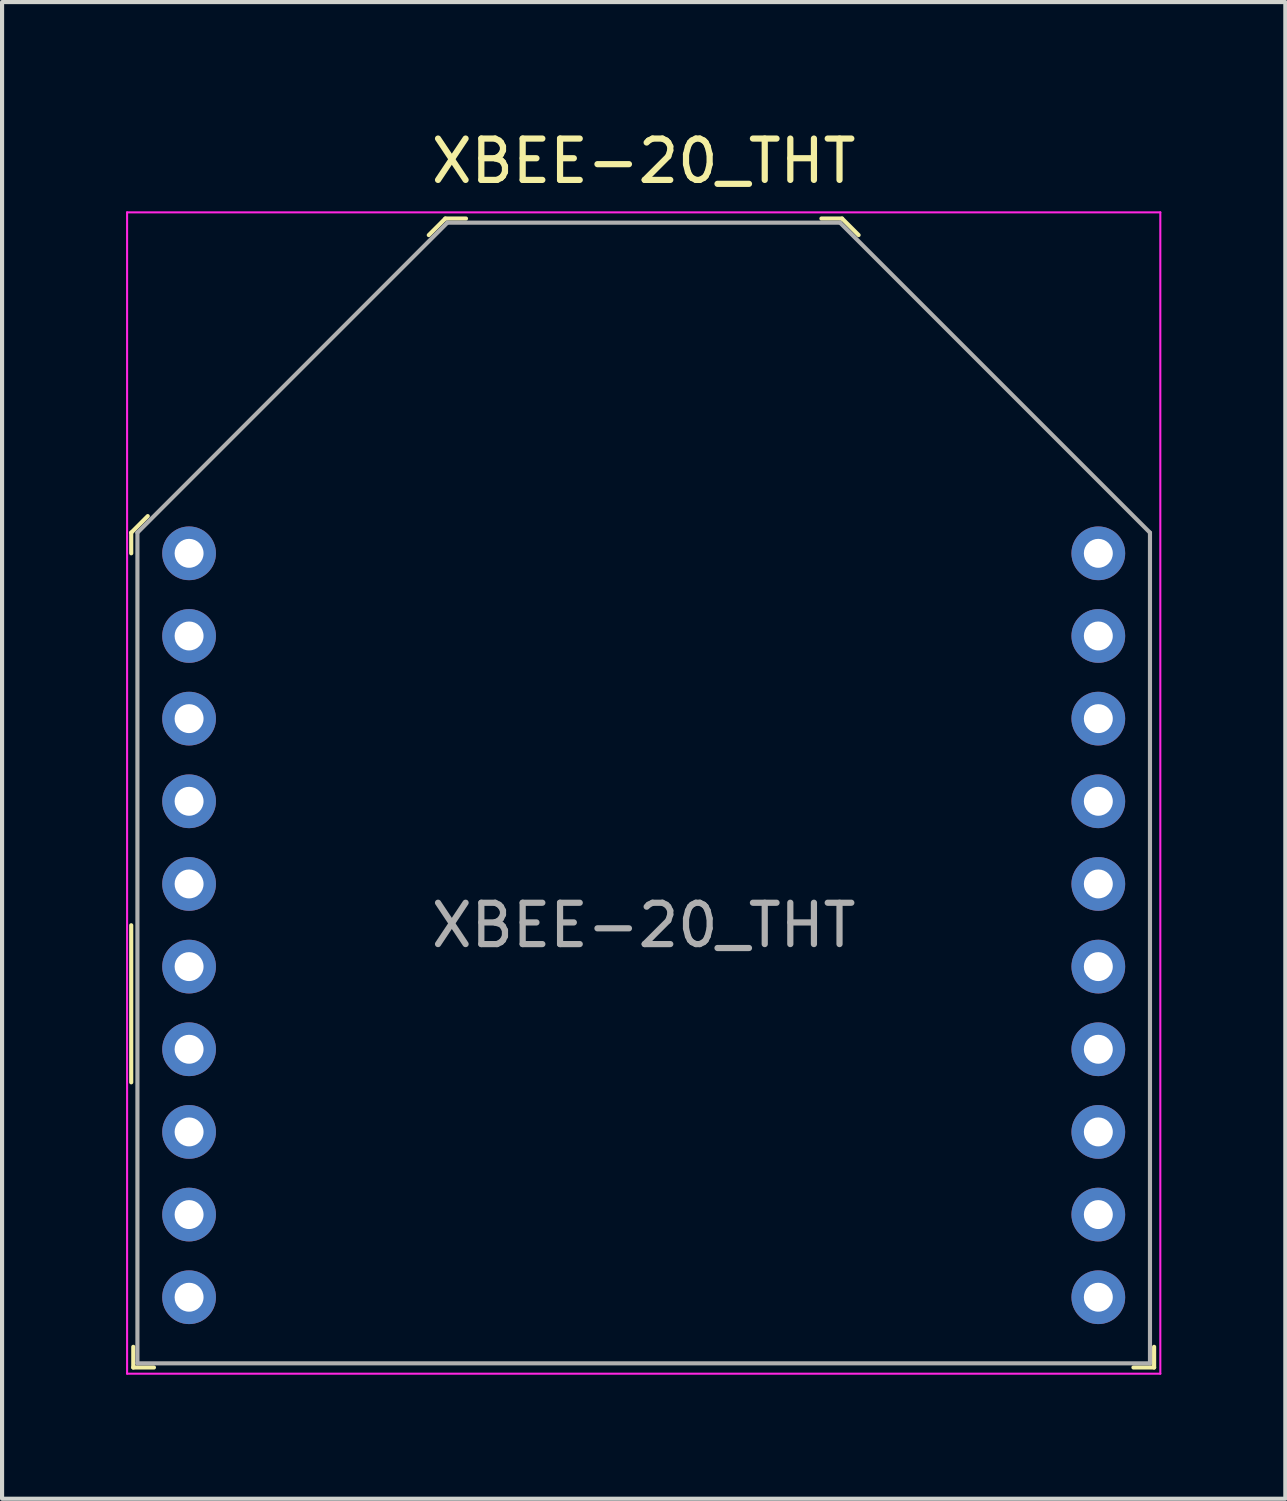
<source format=kicad_pcb>
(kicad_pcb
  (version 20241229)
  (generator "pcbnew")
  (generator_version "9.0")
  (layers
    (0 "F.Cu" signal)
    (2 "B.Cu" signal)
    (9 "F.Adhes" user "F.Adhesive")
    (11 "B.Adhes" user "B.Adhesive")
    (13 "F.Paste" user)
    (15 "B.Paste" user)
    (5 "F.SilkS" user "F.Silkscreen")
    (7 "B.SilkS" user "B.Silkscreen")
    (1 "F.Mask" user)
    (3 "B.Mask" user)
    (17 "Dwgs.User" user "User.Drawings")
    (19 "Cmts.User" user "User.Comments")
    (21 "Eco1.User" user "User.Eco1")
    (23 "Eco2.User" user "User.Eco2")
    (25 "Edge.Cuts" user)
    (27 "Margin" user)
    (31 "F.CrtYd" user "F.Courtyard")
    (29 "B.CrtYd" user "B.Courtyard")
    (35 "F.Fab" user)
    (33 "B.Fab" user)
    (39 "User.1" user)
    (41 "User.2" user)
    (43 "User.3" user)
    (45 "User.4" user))
  (footprint "XBEE-20_THT"
    (layer "F.Cu")
    (at 12.525 19.338)
    (property "Reference" "XBEE-20_THT" (at 0 -18.49 0) (layer "F.SilkS") (effects (font (size 1 1) (thickness 0.15))))
    (attr through_hole)
    (fp_line (start -12.4 -9.5) (end -12.4 -9) (stroke (width 0.1) (type solid)) (layer "F.SilkS"))
    (fp_line (start -12.4 -9.5) (end -12 -9.9) (stroke (width 0.1) (type solid)) (layer "F.SilkS"))
    (fp_line (start -12.4 0) (end -12.4 3.8) (stroke (width 0.1) (type solid)) (layer "F.SilkS"))
    (fp_line (start -12.35 10.7) (end -12.35 10.2) (stroke (width 0.1) (type solid)) (layer "F.SilkS"))
    (fp_line (start -12.35 10.7) (end -11.85 10.7) (stroke (width 0.1) (type solid)) (layer "F.SilkS"))
    (fp_line (start -4.8 -17.1) (end -5.2 -16.7) (stroke (width 0.1) (type solid)) (layer "F.SilkS"))
    (fp_line (start -4.8 -17.1) (end -4.3 -17.1) (stroke (width 0.1) (type solid)) (layer "F.SilkS"))
    (fp_line (start 4.8 -17.1) (end 4.3 -17.1) (stroke (width 0.1) (type solid)) (layer "F.SilkS"))
    (fp_line (start 4.8 -17.1) (end 5.2 -16.7) (stroke (width 0.1) (type solid)) (layer "F.SilkS"))
    (fp_line (start 12.35 10.7) (end 11.85 10.7) (stroke (width 0.1) (type solid)) (layer "F.SilkS"))
    (fp_line (start 12.35 10.7) (end 12.35 10.2) (stroke (width 0.1) (type solid)) (layer "F.SilkS"))
    (fp_line (start -12.5 -17.25) (end -12.5 10.85) (stroke (width 0.05) (type solid)) (layer "F.CrtYd"))
    (fp_line (start -12.5 -17.25) (end 12.5 -17.25) (stroke (width 0.05) (type solid)) (layer "F.CrtYd"))
    (fp_line (start -12.5 10.85) (end 12.5 10.85) (stroke (width 0.05) (type solid)) (layer "F.CrtYd"))
    (fp_line (start 12.5 -17.25) (end 12.5 10.85) (stroke (width 0.05) (type solid)) (layer "F.CrtYd"))
    (fp_line (start -12.25 -9.5) (end -12.25 10.6) (stroke (width 0.1) (type solid)) (layer "F.Fab"))
    (fp_line (start -12.25 -9.5) (end -4.75 -17) (stroke (width 0.1) (type solid)) (layer "F.Fab"))
    (fp_line (start -12.25 10.6) (end 12.25 10.6) (stroke (width 0.1) (type solid)) (layer "F.Fab"))
    (fp_line (start -4.75 -17) (end 4.75 -17) (stroke (width 0.1) (type solid)) (layer "F.Fab"))
    (fp_line (start 4.75 -17) (end 12.25 -9.5) (stroke (width 0.1) (type solid)) (layer "F.Fab"))
    (fp_line (start 12.25 -9.5) (end 12.25 10.6) (stroke (width 0.1) (type solid)) (layer "F.Fab"))
    (fp_text user "${REFERENCE}" (at 0 0 0) (layer "F.Fab") (effects (font (size 1 1) (thickness 0.15))))
    (pad "1" thru_hole circle (at -11 -9) (size 1.3 1.3) (drill 0.7) (layers "*.Cu" "*.Mask"))
    (pad "2" thru_hole circle (at -11 -7) (size 1.3 1.3) (drill 0.7) (layers "*.Cu" "*.Mask"))
    (pad "3" thru_hole circle (at -11 -5) (size 1.3 1.3) (drill 0.7) (layers "*.Cu" "*.Mask"))
    (pad "4" thru_hole circle (at -11 -3) (size 1.3 1.3) (drill 0.7) (layers "*.Cu" "*.Mask"))
    (pad "5" thru_hole circle (at -11 -1) (size 1.3 1.3) (drill 0.7) (layers "*.Cu" "*.Mask"))
    (pad "6" thru_hole circle (at -11 1) (size 1.3 1.3) (drill 0.7) (layers "*.Cu" "*.Mask"))
    (pad "7" thru_hole circle (at -11 3) (size 1.3 1.3) (drill 0.7) (layers "*.Cu" "B.Mask"))
    (pad "8" thru_hole circle (at -11 5) (size 1.3 1.3) (drill 0.7) (layers "*.Cu" "*.Mask"))
    (pad "9" thru_hole circle (at -11 7) (size 1.3 1.3) (drill 0.7) (layers "*.Cu" "*.Mask"))
    (pad "10" thru_hole circle (at -11 9) (size 1.3 1.3) (drill 0.7) (layers "*.Cu" "*.Mask"))
    (pad "11" thru_hole circle (at 11 9) (size 1.3 1.3) (drill 0.7) (layers "*.Cu" "*.Mask"))
    (pad "12" thru_hole circle (at 11 7) (size 1.3 1.3) (drill 0.7) (layers "*.Cu" "*.Mask"))
    (pad "13" thru_hole circle (at 11 5) (size 1.3 1.3) (drill 0.7) (layers "*.Cu" "*.Mask"))
    (pad "14" thru_hole circle (at 11 3) (size 1.3 1.3) (drill 0.7) (layers "*.Cu" "*.Mask"))
    (pad "15" thru_hole circle (at 11 1) (size 1.3 1.3) (drill 0.7) (layers "*.Cu" "*.Mask"))
    (pad "16" thru_hole circle (at 11 -1) (size 1.3 1.3) (drill 0.7) (layers "*.Cu" "*.Mask"))
    (pad "17" thru_hole circle (at 11 -3) (size 1.3 1.3) (drill 0.7) (layers "*.Cu" "*.Mask"))
    (pad "18" thru_hole circle (at 11 -5) (size 1.3 1.3) (drill 0.7) (layers "*.Cu" "*.Mask"))
    (pad "19" thru_hole circle (at 11 -7) (size 1.3 1.3) (drill 0.7) (layers "*.Cu" "*.Mask"))
    (pad "20" thru_hole circle (at 11 -9) (size 1.3 1.3) (drill 0.7) (layers "*.Cu" "*.Mask")))
  (gr_rect
    (start -3 -3)
    (end 28.05 33.213)
    (stroke (width 0.1) (type default))
    (fill no)
    (layer "Edge.Cuts")))
</source>
